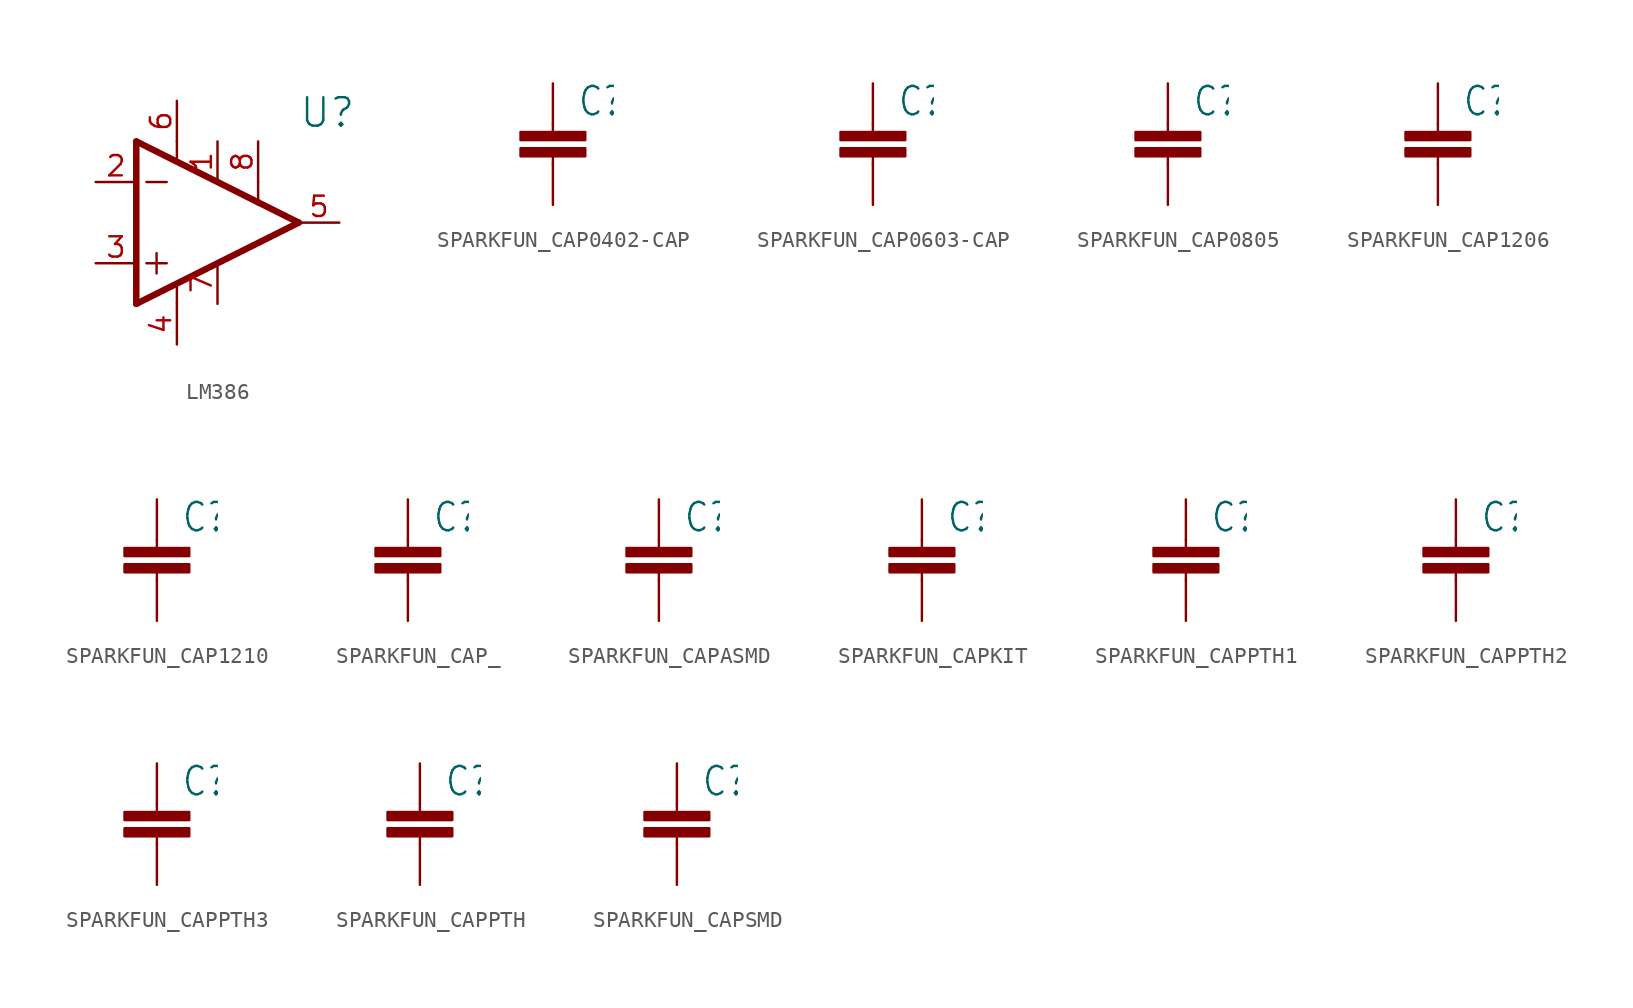
<source format=kicad_sym>
(kicad_symbol_lib
  (version 20220914)
  (generator kicad_symbol_editor)
  (symbol "LM386"
    (property "Reference" "U"
      (at 7.62 5.842 0)
      (effects (font (size 1.778 1.778)) (justify left bottom)))
    (property "Value" ""
      (at 7.62 -7.62 0)
      (effects (font (size 1.778 1.778)) (justify left bottom)))
    (property "ki_locked" ""
      (at 0 0 0)
      (effects (font (size 1.27 1.27))))
    (symbol "LM386_1_0"
      (polyline (pts (xy -2.54 -5.08) (xy -2.54 5.08)) (stroke (width 0.406) (type solid)) (fill (type none)))
      (polyline (pts (xy -2.54 5.08) (xy 5.08 1.27)) (stroke (width 0.406) (type solid)) (fill (type none)))
      (polyline (pts (xy -1.905 -2.54) (xy -0.635 -2.54)) (stroke (width 0.152) (type solid)) (fill (type none)))
      (polyline (pts (xy -1.905 2.54) (xy -0.635 2.54)) (stroke (width 0.152) (type solid)) (fill (type none)))
      (polyline (pts (xy -1.27 -3.175) (xy -1.27 -1.905)) (stroke (width 0.152) (type solid)) (fill (type none)))
      (polyline (pts (xy 0 -5.08) (xy 0 -3.886)) (stroke (width 0.152) (type solid)) (fill (type none)))
      (polyline (pts (xy 0 3.912) (xy 0 5.08)) (stroke (width 0.152) (type solid)) (fill (type none)))
      (polyline (pts (xy 5.08 1.27) (xy 5.08 2.54)) (stroke (width 0.152) (type solid)) (fill (type none)))
      (polyline (pts (xy 5.08 1.27) (xy 7.62 0)) (stroke (width 0.406) (type solid)) (fill (type none)))
      (polyline (pts (xy 7.62 0) (xy -2.54 -5.08)) (stroke (width 0.406) (type solid)) (fill (type none)))
      (pin bidirectional line (at 2.54 5.08 270) (length 2.54) (name "GAIN@1" (effects (font (size 0 0)))) (number "1" (effects (font (size 1.27 1.27)))))
      (pin input line (at -5.08 2.54 0) (length 2.54) (name "-IN" (effects (font (size 0 0)))) (number "2" (effects (font (size 1.27 1.27)))))
      (pin input line (at -5.08 -2.54 0) (length 2.54) (name "+IN" (effects (font (size 0 0)))) (number "3" (effects (font (size 1.27 1.27)))))
      (pin power_in line (at 0 -7.62 90) (length 2.54) (name "V-" (effects (font (size 0 0)))) (number "4" (effects (font (size 1.27 1.27)))))
      (pin output line (at 10.16 0 180) (length 2.54) (name "OUT" (effects (font (size 0 0)))) (number "5" (effects (font (size 1.27 1.27)))))
      (pin power_in line (at 0 7.62 270) (length 2.54) (name "V+" (effects (font (size 0 0)))) (number "6" (effects (font (size 1.27 1.27)))))
      (pin bidirectional line (at 2.54 -5.08 90) (length 2.54) (name "BP" (effects (font (size 0 0)))) (number "7" (effects (font (size 1.27 1.27)))))
      (pin bidirectional line (at 5.08 5.08 270) (length 2.54) (name "GAIN@8" (effects (font (size 0 0)))) (number "8" (effects (font (size 1.27 1.27)))))))
  (symbol "SPARKFUN_CAP0402-CAP"
    (property "Reference" "C"
      (at 1.524 2.921 0)
      (effects (font (size 1.778 1.511)) (justify left bottom)))
    (property "Value" ""
      (at 1.524 -2.159 0)
      (effects (font (size 1.778 1.511)) (justify left bottom)))
    (property "ki_locked" ""
      (at 0 0 0)
      (effects (font (size 1.27 1.27))))
    (symbol "SPARKFUN_CAP0402-CAP_1_0"
      (rectangle (start -2.032 0.508) (end 2.032 1.016) (stroke (width 0) (type default)) (fill (type outline)))
      (rectangle (start -2.032 1.524) (end 2.032 2.032) (stroke (width 0) (type default)) (fill (type outline)))
      (polyline (pts (xy 0 0) (xy 0 0.508)) (stroke (width 0.152) (type solid)) (fill (type none)))
      (polyline (pts (xy 0 2.54) (xy 0 2.032)) (stroke (width 0.152) (type solid)) (fill (type none)))
      (pin passive line (at 0 5.08 270) (length 2.54) (name "1" (effects (font (size 0 0)))) (number "1" (effects (font (size 0 0)))))
      (pin passive line (at 0 -2.54 90) (length 2.54) (name "2" (effects (font (size 0 0)))) (number "2" (effects (font (size 0 0)))))))
  (symbol "SPARKFUN_CAP0603-CAP"
    (property "Reference" "C"
      (at 1.524 2.921 0)
      (effects (font (size 1.778 1.511)) (justify left bottom)))
    (property "Value" ""
      (at 1.524 -2.159 0)
      (effects (font (size 1.778 1.511)) (justify left bottom)))
    (property "ki_locked" ""
      (at 0 0 0)
      (effects (font (size 1.27 1.27))))
    (symbol "SPARKFUN_CAP0603-CAP_1_0"
      (rectangle (start -2.032 0.508) (end 2.032 1.016) (stroke (width 0) (type default)) (fill (type outline)))
      (rectangle (start -2.032 1.524) (end 2.032 2.032) (stroke (width 0) (type default)) (fill (type outline)))
      (polyline (pts (xy 0 0) (xy 0 0.508)) (stroke (width 0.152) (type solid)) (fill (type none)))
      (polyline (pts (xy 0 2.54) (xy 0 2.032)) (stroke (width 0.152) (type solid)) (fill (type none)))
      (pin passive line (at 0 5.08 270) (length 2.54) (name "1" (effects (font (size 0 0)))) (number "1" (effects (font (size 0 0)))))
      (pin passive line (at 0 -2.54 90) (length 2.54) (name "2" (effects (font (size 0 0)))) (number "2" (effects (font (size 0 0)))))))
  (symbol "SPARKFUN_CAP0805"
    (property "Reference" "C"
      (at 1.524 2.921 0)
      (effects (font (size 1.778 1.511)) (justify left bottom)))
    (property "Value" ""
      (at 1.524 -2.159 0)
      (effects (font (size 1.778 1.511)) (justify left bottom)))
    (property "ki_locked" ""
      (at 0 0 0)
      (effects (font (size 1.27 1.27))))
    (symbol "SPARKFUN_CAP0805_1_0"
      (rectangle (start -2.032 0.508) (end 2.032 1.016) (stroke (width 0) (type default)) (fill (type outline)))
      (rectangle (start -2.032 1.524) (end 2.032 2.032) (stroke (width 0) (type default)) (fill (type outline)))
      (polyline (pts (xy 0 0) (xy 0 0.508)) (stroke (width 0.152) (type solid)) (fill (type none)))
      (polyline (pts (xy 0 2.54) (xy 0 2.032)) (stroke (width 0.152) (type solid)) (fill (type none)))
      (pin passive line (at 0 5.08 270) (length 2.54) (name "1" (effects (font (size 0 0)))) (number "1" (effects (font (size 0 0)))))
      (pin passive line (at 0 -2.54 90) (length 2.54) (name "2" (effects (font (size 0 0)))) (number "2" (effects (font (size 0 0)))))))
  (symbol "SPARKFUN_CAP1206"
    (property "Reference" "C"
      (at 1.524 2.921 0)
      (effects (font (size 1.778 1.511)) (justify left bottom)))
    (property "Value" ""
      (at 1.524 -2.159 0)
      (effects (font (size 1.778 1.511)) (justify left bottom)))
    (property "ki_locked" ""
      (at 0 0 0)
      (effects (font (size 1.27 1.27))))
    (symbol "SPARKFUN_CAP1206_1_0"
      (rectangle (start -2.032 0.508) (end 2.032 1.016) (stroke (width 0) (type default)) (fill (type outline)))
      (rectangle (start -2.032 1.524) (end 2.032 2.032) (stroke (width 0) (type default)) (fill (type outline)))
      (polyline (pts (xy 0 0) (xy 0 0.508)) (stroke (width 0.152) (type solid)) (fill (type none)))
      (polyline (pts (xy 0 2.54) (xy 0 2.032)) (stroke (width 0.152) (type solid)) (fill (type none)))
      (pin passive line (at 0 5.08 270) (length 2.54) (name "1" (effects (font (size 0 0)))) (number "1" (effects (font (size 0 0)))))
      (pin passive line (at 0 -2.54 90) (length 2.54) (name "2" (effects (font (size 0 0)))) (number "2" (effects (font (size 0 0)))))))
  (symbol "SPARKFUN_CAP1210"
    (property "Reference" "C"
      (at 1.524 2.921 0)
      (effects (font (size 1.778 1.511)) (justify left bottom)))
    (property "Value" ""
      (at 1.524 -2.159 0)
      (effects (font (size 1.778 1.511)) (justify left bottom)))
    (property "ki_locked" ""
      (at 0 0 0)
      (effects (font (size 1.27 1.27))))
    (symbol "SPARKFUN_CAP1210_1_0"
      (rectangle (start -2.032 0.508) (end 2.032 1.016) (stroke (width 0) (type default)) (fill (type outline)))
      (rectangle (start -2.032 1.524) (end 2.032 2.032) (stroke (width 0) (type default)) (fill (type outline)))
      (polyline (pts (xy 0 0) (xy 0 0.508)) (stroke (width 0.152) (type solid)) (fill (type none)))
      (polyline (pts (xy 0 2.54) (xy 0 2.032)) (stroke (width 0.152) (type solid)) (fill (type none)))
      (pin passive line (at 0 5.08 270) (length 2.54) (name "1" (effects (font (size 0 0)))) (number "1" (effects (font (size 0 0)))))
      (pin passive line (at 0 -2.54 90) (length 2.54) (name "2" (effects (font (size 0 0)))) (number "2" (effects (font (size 0 0)))))))
  (symbol "SPARKFUN_CAP_"
    (property "Reference" "C"
      (at 1.524 2.921 0)
      (effects (font (size 1.778 1.511)) (justify left bottom)))
    (property "Value" ""
      (at 1.524 -2.159 0)
      (effects (font (size 1.778 1.511)) (justify left bottom)))
    (property "ki_locked" ""
      (at 0 0 0)
      (effects (font (size 1.27 1.27))))
    (symbol "SPARKFUN_CAP__1_0"
      (rectangle (start -2.032 0.508) (end 2.032 1.016) (stroke (width 0) (type default)) (fill (type outline)))
      (rectangle (start -2.032 1.524) (end 2.032 2.032) (stroke (width 0) (type default)) (fill (type outline)))
      (polyline (pts (xy 0 0) (xy 0 0.508)) (stroke (width 0.152) (type solid)) (fill (type none)))
      (polyline (pts (xy 0 2.54) (xy 0 2.032)) (stroke (width 0.152) (type solid)) (fill (type none)))
      (pin passive line (at 0 5.08 270) (length 2.54) (name "1" (effects (font (size 0 0)))) (number "P$1" (effects (font (size 0 0)))))
      (pin passive line (at 0 -2.54 90) (length 2.54) (name "2" (effects (font (size 0 0)))) (number "P$2" (effects (font (size 0 0)))))))
  (symbol "SPARKFUN_CAPASMD"
    (property "Reference" "C"
      (at 1.524 2.921 0)
      (effects (font (size 1.778 1.511)) (justify left bottom)))
    (property "Value" ""
      (at 1.524 -2.159 0)
      (effects (font (size 1.778 1.511)) (justify left bottom)))
    (property "ki_locked" ""
      (at 0 0 0)
      (effects (font (size 1.27 1.27))))
    (symbol "SPARKFUN_CAPASMD_1_0"
      (rectangle (start -2.032 0.508) (end 2.032 1.016) (stroke (width 0) (type default)) (fill (type outline)))
      (rectangle (start -2.032 1.524) (end 2.032 2.032) (stroke (width 0) (type default)) (fill (type outline)))
      (polyline (pts (xy 0 0) (xy 0 0.508)) (stroke (width 0.152) (type solid)) (fill (type none)))
      (polyline (pts (xy 0 2.54) (xy 0 2.032)) (stroke (width 0.152) (type solid)) (fill (type none)))
      (pin passive line (at 0 5.08 270) (length 2.54) (name "1" (effects (font (size 0 0)))) (number "+" (effects (font (size 0 0)))))
      (pin passive line (at 0 -2.54 90) (length 2.54) (name "2" (effects (font (size 0 0)))) (number "-" (effects (font (size 0 0)))))))
  (symbol "SPARKFUN_CAPKIT"
    (property "Reference" "C"
      (at 1.524 2.921 0)
      (effects (font (size 1.778 1.511)) (justify left bottom)))
    (property "Value" ""
      (at 1.524 -2.159 0)
      (effects (font (size 1.778 1.511)) (justify left bottom)))
    (property "ki_locked" ""
      (at 0 0 0)
      (effects (font (size 1.27 1.27))))
    (symbol "SPARKFUN_CAPKIT_1_0"
      (rectangle (start -2.032 0.508) (end 2.032 1.016) (stroke (width 0) (type default)) (fill (type outline)))
      (rectangle (start -2.032 1.524) (end 2.032 2.032) (stroke (width 0) (type default)) (fill (type outline)))
      (polyline (pts (xy 0 0) (xy 0 0.508)) (stroke (width 0.152) (type solid)) (fill (type none)))
      (polyline (pts (xy 0 2.54) (xy 0 2.032)) (stroke (width 0.152) (type solid)) (fill (type none)))
      (pin passive line (at 0 5.08 270) (length 2.54) (name "1" (effects (font (size 0 0)))) (number "1" (effects (font (size 0 0)))))
      (pin passive line (at 0 -2.54 90) (length 2.54) (name "2" (effects (font (size 0 0)))) (number "2" (effects (font (size 0 0)))))))
  (symbol "SPARKFUN_CAPPTH1"
    (property "Reference" "C"
      (at 1.524 2.921 0)
      (effects (font (size 1.778 1.511)) (justify left bottom)))
    (property "Value" ""
      (at 1.524 -2.159 0)
      (effects (font (size 1.778 1.511)) (justify left bottom)))
    (property "ki_locked" ""
      (at 0 0 0)
      (effects (font (size 1.27 1.27))))
    (symbol "SPARKFUN_CAPPTH1_1_0"
      (rectangle (start -2.032 0.508) (end 2.032 1.016) (stroke (width 0) (type default)) (fill (type outline)))
      (rectangle (start -2.032 1.524) (end 2.032 2.032) (stroke (width 0) (type default)) (fill (type outline)))
      (polyline (pts (xy 0 0) (xy 0 0.508)) (stroke (width 0.152) (type solid)) (fill (type none)))
      (polyline (pts (xy 0 2.54) (xy 0 2.032)) (stroke (width 0.152) (type solid)) (fill (type none)))
      (pin passive line (at 0 5.08 270) (length 2.54) (name "1" (effects (font (size 0 0)))) (number "1" (effects (font (size 0 0)))))
      (pin passive line (at 0 -2.54 90) (length 2.54) (name "2" (effects (font (size 0 0)))) (number "2" (effects (font (size 0 0)))))))
  (symbol "SPARKFUN_CAPPTH2"
    (property "Reference" "C"
      (at 1.524 2.921 0)
      (effects (font (size 1.778 1.511)) (justify left bottom)))
    (property "Value" ""
      (at 1.524 -2.159 0)
      (effects (font (size 1.778 1.511)) (justify left bottom)))
    (property "ki_locked" ""
      (at 0 0 0)
      (effects (font (size 1.27 1.27))))
    (symbol "SPARKFUN_CAPPTH2_1_0"
      (rectangle (start -2.032 0.508) (end 2.032 1.016) (stroke (width 0) (type default)) (fill (type outline)))
      (rectangle (start -2.032 1.524) (end 2.032 2.032) (stroke (width 0) (type default)) (fill (type outline)))
      (polyline (pts (xy 0 0) (xy 0 0.508)) (stroke (width 0.152) (type solid)) (fill (type none)))
      (polyline (pts (xy 0 2.54) (xy 0 2.032)) (stroke (width 0.152) (type solid)) (fill (type none)))
      (pin passive line (at 0 5.08 270) (length 2.54) (name "1" (effects (font (size 0 0)))) (number "1" (effects (font (size 0 0)))))
      (pin passive line (at 0 -2.54 90) (length 2.54) (name "2" (effects (font (size 0 0)))) (number "2" (effects (font (size 0 0)))))))
  (symbol "SPARKFUN_CAPPTH3"
    (property "Reference" "C"
      (at 1.524 2.921 0)
      (effects (font (size 1.778 1.511)) (justify left bottom)))
    (property "Value" ""
      (at 1.524 -2.159 0)
      (effects (font (size 1.778 1.511)) (justify left bottom)))
    (property "ki_locked" ""
      (at 0 0 0)
      (effects (font (size 1.27 1.27))))
    (symbol "SPARKFUN_CAPPTH3_1_0"
      (rectangle (start -2.032 0.508) (end 2.032 1.016) (stroke (width 0) (type default)) (fill (type outline)))
      (rectangle (start -2.032 1.524) (end 2.032 2.032) (stroke (width 0) (type default)) (fill (type outline)))
      (polyline (pts (xy 0 0) (xy 0 0.508)) (stroke (width 0.152) (type solid)) (fill (type none)))
      (polyline (pts (xy 0 2.54) (xy 0 2.032)) (stroke (width 0.152) (type solid)) (fill (type none)))
      (pin passive line (at 0 5.08 270) (length 2.54) (name "1" (effects (font (size 0 0)))) (number "1" (effects (font (size 0 0)))))
      (pin passive line (at 0 -2.54 90) (length 2.54) (name "2" (effects (font (size 0 0)))) (number "2" (effects (font (size 0 0)))))))
  (symbol "SPARKFUN_CAPPTH"
    (property "Reference" "C"
      (at 1.524 2.921 0)
      (effects (font (size 1.778 1.511)) (justify left bottom)))
    (property "Value" ""
      (at 1.524 -2.159 0)
      (effects (font (size 1.778 1.511)) (justify left bottom)))
    (property "ki_locked" ""
      (at 0 0 0)
      (effects (font (size 1.27 1.27))))
    (symbol "SPARKFUN_CAPPTH_1_0"
      (rectangle (start -2.032 0.508) (end 2.032 1.016) (stroke (width 0) (type default)) (fill (type outline)))
      (rectangle (start -2.032 1.524) (end 2.032 2.032) (stroke (width 0) (type default)) (fill (type outline)))
      (polyline (pts (xy 0 0) (xy 0 0.508)) (stroke (width 0.152) (type solid)) (fill (type none)))
      (polyline (pts (xy 0 2.54) (xy 0 2.032)) (stroke (width 0.152) (type solid)) (fill (type none)))
      (pin passive line (at 0 5.08 270) (length 2.54) (name "1" (effects (font (size 0 0)))) (number "1" (effects (font (size 0 0)))))
      (pin passive line (at 0 -2.54 90) (length 2.54) (name "2" (effects (font (size 0 0)))) (number "2" (effects (font (size 0 0)))))))
  (symbol "SPARKFUN_CAPSMD"
    (property "Reference" "C"
      (at 1.524 2.921 0)
      (effects (font (size 1.778 1.511)) (justify left bottom)))
    (property "Value" ""
      (at 1.524 -2.159 0)
      (effects (font (size 1.778 1.511)) (justify left bottom)))
    (property "ki_locked" ""
      (at 0 0 0)
      (effects (font (size 1.27 1.27))))
    (symbol "SPARKFUN_CAPSMD_1_0"
      (rectangle (start -2.032 0.508) (end 2.032 1.016) (stroke (width 0) (type default)) (fill (type outline)))
      (rectangle (start -2.032 1.524) (end 2.032 2.032) (stroke (width 0) (type default)) (fill (type outline)))
      (polyline (pts (xy 0 0) (xy 0 0.508)) (stroke (width 0.152) (type solid)) (fill (type none)))
      (polyline (pts (xy 0 2.54) (xy 0 2.032)) (stroke (width 0.152) (type solid)) (fill (type none)))
      (pin passive line (at 0 5.08 270) (length 2.54) (name "1" (effects (font (size 0 0)))) (number "A" (effects (font (size 0 0)))))
      (pin passive line (at 0 -2.54 90) (length 2.54) (name "2" (effects (font (size 0 0)))) (number "C" (effects (font (size 0 0))))))))
</source>
